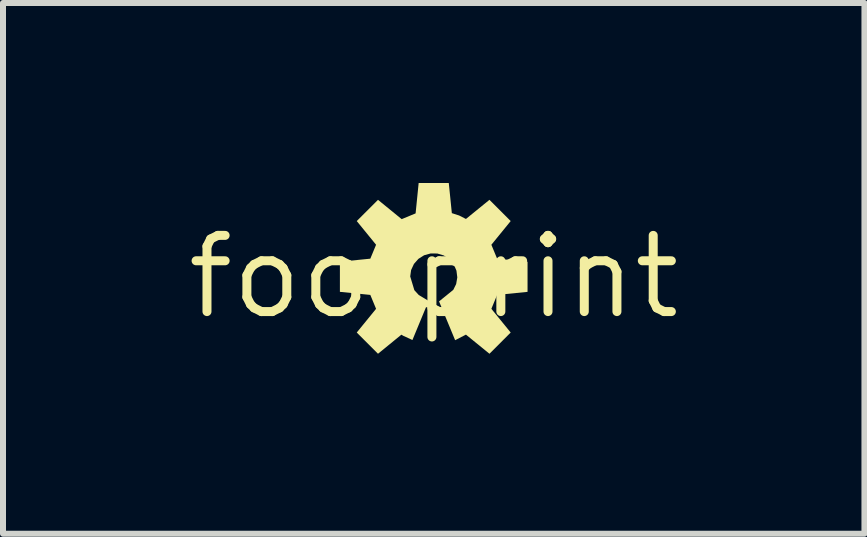
<source format=kicad_pcb>
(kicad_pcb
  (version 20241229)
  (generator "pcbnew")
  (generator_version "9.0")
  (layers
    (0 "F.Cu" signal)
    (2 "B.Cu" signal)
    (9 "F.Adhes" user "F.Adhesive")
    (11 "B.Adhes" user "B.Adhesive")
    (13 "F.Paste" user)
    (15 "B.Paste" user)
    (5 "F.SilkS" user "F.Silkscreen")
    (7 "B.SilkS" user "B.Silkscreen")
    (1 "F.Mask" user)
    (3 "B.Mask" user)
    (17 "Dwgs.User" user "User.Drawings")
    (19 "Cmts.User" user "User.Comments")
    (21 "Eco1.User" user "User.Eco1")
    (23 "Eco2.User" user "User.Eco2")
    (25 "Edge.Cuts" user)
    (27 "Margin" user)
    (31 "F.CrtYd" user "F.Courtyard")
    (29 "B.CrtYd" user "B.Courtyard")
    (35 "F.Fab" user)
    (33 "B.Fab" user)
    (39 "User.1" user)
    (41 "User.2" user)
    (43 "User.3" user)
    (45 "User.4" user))
  (footprint "footprint"
    (layer "F.Cu")
    (at 4.18 1.564)
    (property "Reference" "footprint" (at 0 0 0) (layer "F.SilkS") (effects (font (size 1.27 1.27) (thickness 0.15))))
    (fp_poly (pts (xy 0.302 -1.061) (xy 0.423 -1.022) (xy 0.537 -0.964) (xy 0.929 -1.283) (xy 1.283 -0.929) (xy 0.961 -0.534) (xy 1.057 -0.302) (xy 1.564 -0.251) (xy 1.564 0.251) (xy 1.057 0.302) (xy 0.961 0.534) (xy 1.283 0.929) (xy 0.929 1.283) (xy 0.537 0.964) (xy 0.357 1.057) (xy 0.089 0.41) (xy 0.326 0.218) (xy 0.374 0.121) (xy 0.393 0.01) (xy 0.379 -0.102) (xy 0.335 -0.205) (xy 0.263 -0.292) (xy 0.169 -0.355) (xy 0.061 -0.388) (xy -0.051 -0.389) (xy -0.16 -0.359) (xy -0.255 -0.299) (xy -0.33 -0.214) (xy -0.377 -0.112) (xy -0.392 -0.006) (xy -0.323 0.223) (xy -0.249 0.304) (xy 0.092 0.508) (xy -0.129 0.508) (xy -0.355 1.054) (xy -0.507 0.984) (xy -0.539 0.965) (xy -0.929 1.283) (xy -1.283 0.929) (xy -0.961 0.534) (xy -1.057 0.302) (xy -1.564 0.251) (xy -1.564 -0.251) (xy -1.057 -0.302) (xy -0.961 -0.534) (xy -1.283 -0.929) (xy -0.929 -1.283) (xy -0.534 -0.961) (xy -0.302 -1.057) (xy -0.251 -1.564) (xy 0.251 -1.564)) (stroke (width 0) (type solid)) (fill yes) (layer "F.SilkS")))
  (gr_rect
    (start -3 -3)
    (end 11.36 5.847)
    (stroke (width 0.1) (type default))
    (fill no)
    (layer "Edge.Cuts")))
</source>
